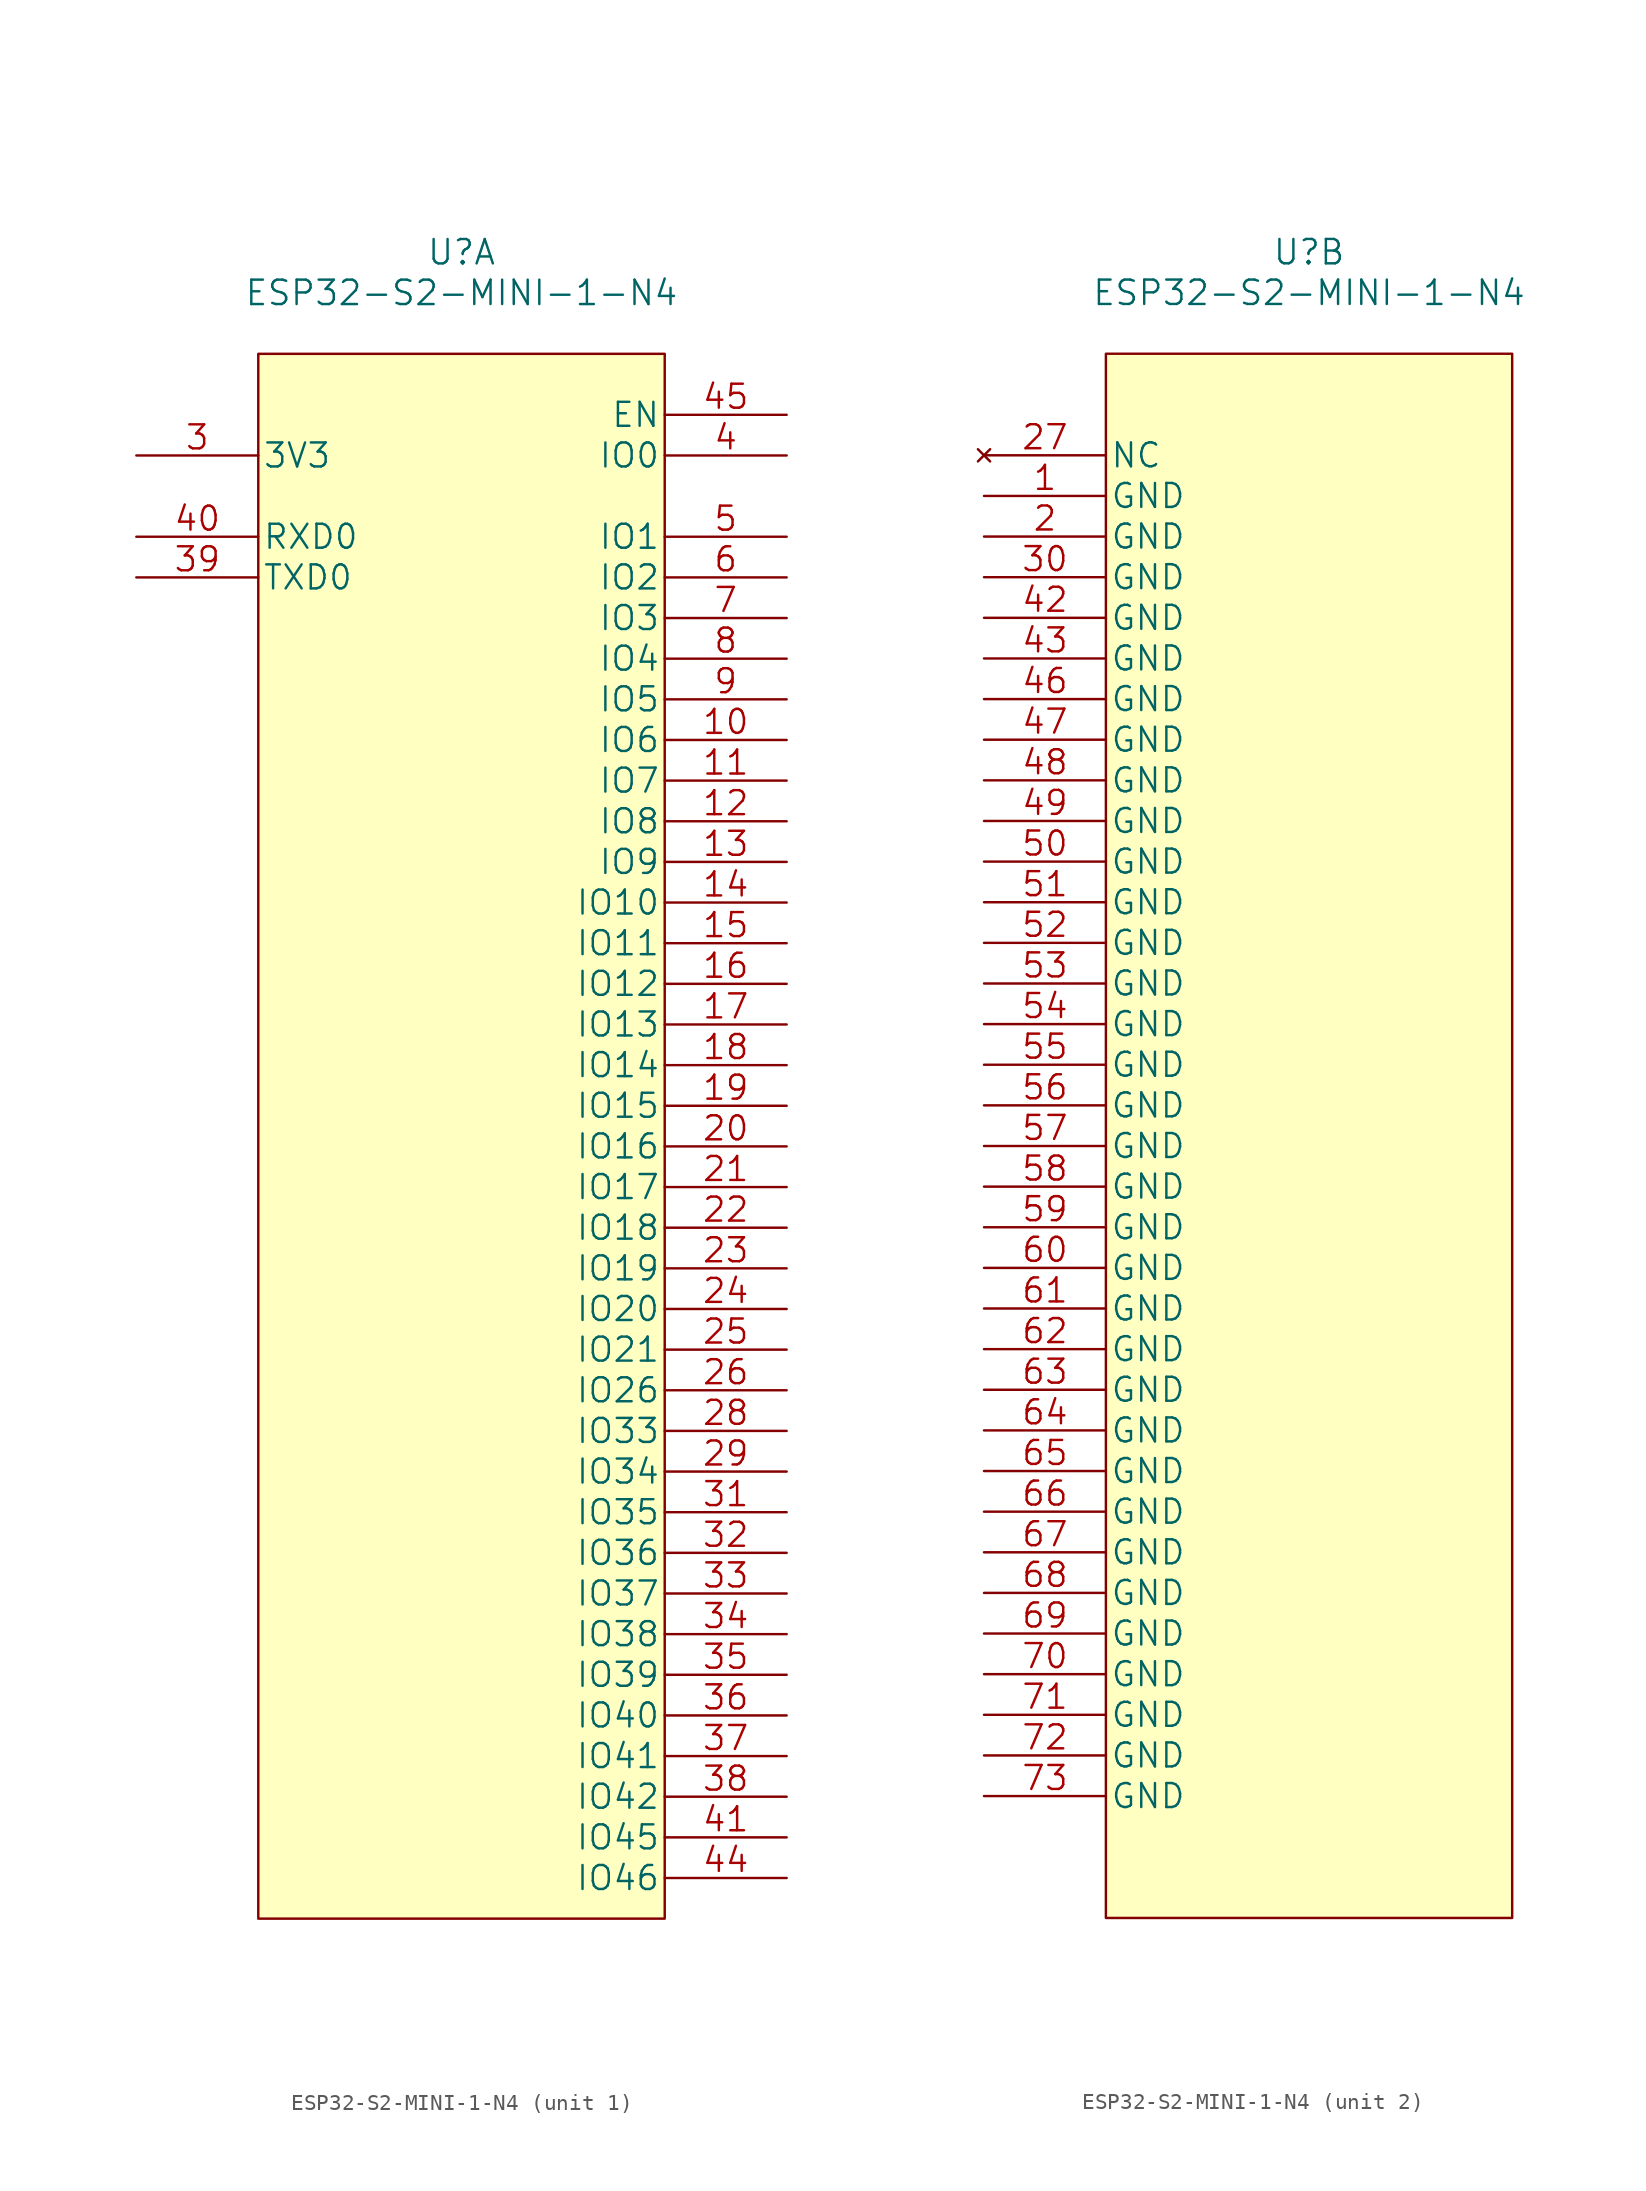
<source format=kicad_sym>
(kicad_symbol_lib
  (version 20211014)
  (generator kicad_symbol_editor)
  (symbol "ESP32-S2-MINI-1-N4"
    (pin_names
      (offset 0.254))
    (property "Reference" "U"
      (at 20.32 12.7 0)
      (effects (font (size 1.524 1.524))))
    (property "Value" "ESP32-S2-MINI-1-N4"
      (at 20.32 10.16 0)
      (effects (font (size 1.524 1.524))))
    (property "Datasheet" ""
      (at 0 0 0)
      (effects (font (size 1.524 1.524))))
    (property "ki_locked" ""
      (at 0 0 0)
      (effects (font (size 1.27 1.27))))
    (symbol "ESP32-S2-MINI-1-N4_0_1"
      (rectangle (start 7.62 6.35) (end 33.02 -91.44) (stroke (width 0) (type default) (color 0 0 0 0)) (fill (type background))))
    (symbol "ESP32-S2-MINI-1-N4_1_1"
      (pin bidirectional line (at 40.64 -17.78 180) (length 7.62) (name "IO6" (effects (font (size 1.499 1.499)))) (number "10" (effects (font (size 1.499 1.499)))))
      (pin bidirectional line (at 40.64 -20.32 180) (length 7.62) (name "IO7" (effects (font (size 1.499 1.499)))) (number "11" (effects (font (size 1.499 1.499)))))
      (pin bidirectional line (at 40.64 -22.86 180) (length 7.62) (name "IO8" (effects (font (size 1.499 1.499)))) (number "12" (effects (font (size 1.499 1.499)))))
      (pin bidirectional line (at 40.64 -25.4 180) (length 7.62) (name "IO9" (effects (font (size 1.499 1.499)))) (number "13" (effects (font (size 1.499 1.499)))))
      (pin bidirectional line (at 40.64 -27.94 180) (length 7.62) (name "IO10" (effects (font (size 1.499 1.499)))) (number "14" (effects (font (size 1.499 1.499)))))
      (pin bidirectional line (at 40.64 -30.48 180) (length 7.62) (name "IO11" (effects (font (size 1.499 1.499)))) (number "15" (effects (font (size 1.499 1.499)))))
      (pin bidirectional line (at 40.64 -33.02 180) (length 7.62) (name "IO12" (effects (font (size 1.499 1.499)))) (number "16" (effects (font (size 1.499 1.499)))))
      (pin bidirectional line (at 40.64 -35.56 180) (length 7.62) (name "IO13" (effects (font (size 1.499 1.499)))) (number "17" (effects (font (size 1.499 1.499)))))
      (pin bidirectional line (at 40.64 -38.1 180) (length 7.62) (name "IO14" (effects (font (size 1.499 1.499)))) (number "18" (effects (font (size 1.499 1.499)))))
      (pin bidirectional line (at 40.64 -40.64 180) (length 7.62) (name "IO15" (effects (font (size 1.499 1.499)))) (number "19" (effects (font (size 1.499 1.499)))))
      (pin bidirectional line (at 40.64 -43.18 180) (length 7.62) (name "IO16" (effects (font (size 1.499 1.499)))) (number "20" (effects (font (size 1.499 1.499)))))
      (pin bidirectional line (at 40.64 -45.72 180) (length 7.62) (name "IO17" (effects (font (size 1.499 1.499)))) (number "21" (effects (font (size 1.499 1.499)))))
      (pin bidirectional line (at 40.64 -48.26 180) (length 7.62) (name "IO18" (effects (font (size 1.499 1.499)))) (number "22" (effects (font (size 1.499 1.499)))))
      (pin bidirectional line (at 40.64 -50.8 180) (length 7.62) (name "IO19" (effects (font (size 1.499 1.499)))) (number "23" (effects (font (size 1.499 1.499)))))
      (pin bidirectional line (at 40.64 -53.34 180) (length 7.62) (name "IO20" (effects (font (size 1.499 1.499)))) (number "24" (effects (font (size 1.499 1.499)))))
      (pin bidirectional line (at 40.64 -55.88 180) (length 7.62) (name "IO21" (effects (font (size 1.499 1.499)))) (number "25" (effects (font (size 1.499 1.499)))))
      (pin bidirectional line (at 40.64 -58.42 180) (length 7.62) (name "IO26" (effects (font (size 1.499 1.499)))) (number "26" (effects (font (size 1.499 1.499)))))
      (pin bidirectional line (at 40.64 -60.96 180) (length 7.62) (name "IO33" (effects (font (size 1.499 1.499)))) (number "28" (effects (font (size 1.499 1.499)))))
      (pin bidirectional line (at 40.64 -63.5 180) (length 7.62) (name "IO34" (effects (font (size 1.499 1.499)))) (number "29" (effects (font (size 1.499 1.499)))))
      (pin unspecified line (at 0 0 0) (length 7.62) (name "3V3" (effects (font (size 1.499 1.499)))) (number "3" (effects (font (size 1.499 1.499)))))
      (pin bidirectional line (at 40.64 -66.04 180) (length 7.62) (name "IO35" (effects (font (size 1.499 1.499)))) (number "31" (effects (font (size 1.499 1.499)))))
      (pin bidirectional line (at 40.64 -68.58 180) (length 7.62) (name "IO36" (effects (font (size 1.499 1.499)))) (number "32" (effects (font (size 1.499 1.499)))))
      (pin bidirectional line (at 40.64 -71.12 180) (length 7.62) (name "IO37" (effects (font (size 1.499 1.499)))) (number "33" (effects (font (size 1.499 1.499)))))
      (pin bidirectional line (at 40.64 -73.66 180) (length 7.62) (name "IO38" (effects (font (size 1.499 1.499)))) (number "34" (effects (font (size 1.499 1.499)))))
      (pin bidirectional line (at 40.64 -76.2 180) (length 7.62) (name "IO39" (effects (font (size 1.499 1.499)))) (number "35" (effects (font (size 1.499 1.499)))))
      (pin bidirectional line (at 40.64 -78.74 180) (length 7.62) (name "IO40" (effects (font (size 1.499 1.499)))) (number "36" (effects (font (size 1.499 1.499)))))
      (pin bidirectional line (at 40.64 -81.28 180) (length 7.62) (name "IO41" (effects (font (size 1.499 1.499)))) (number "37" (effects (font (size 1.499 1.499)))))
      (pin bidirectional line (at 40.64 -83.82 180) (length 7.62) (name "IO42" (effects (font (size 1.499 1.499)))) (number "38" (effects (font (size 1.499 1.499)))))
      (pin bidirectional line (at 0 -7.62 0) (length 7.62) (name "TXD0" (effects (font (size 1.499 1.499)))) (number "39" (effects (font (size 1.499 1.499)))))
      (pin bidirectional line (at 40.64 0 180) (length 7.62) (name "IO0" (effects (font (size 1.499 1.499)))) (number "4" (effects (font (size 1.499 1.499)))))
      (pin bidirectional line (at 0 -5.08 0) (length 7.62) (name "RXD0" (effects (font (size 1.499 1.499)))) (number "40" (effects (font (size 1.499 1.499)))))
      (pin bidirectional line (at 40.64 -86.36 180) (length 7.62) (name "IO45" (effects (font (size 1.499 1.499)))) (number "41" (effects (font (size 1.499 1.499)))))
      (pin bidirectional line (at 40.64 -88.9 180) (length 7.62) (name "IO46" (effects (font (size 1.499 1.499)))) (number "44" (effects (font (size 1.499 1.499)))))
      (pin unspecified line (at 40.64 2.54 180) (length 7.62) (name "EN" (effects (font (size 1.499 1.499)))) (number "45" (effects (font (size 1.499 1.499)))))
      (pin bidirectional line (at 40.64 -5.08 180) (length 7.62) (name "IO1" (effects (font (size 1.499 1.499)))) (number "5" (effects (font (size 1.499 1.499)))))
      (pin bidirectional line (at 40.64 -7.62 180) (length 7.62) (name "IO2" (effects (font (size 1.499 1.499)))) (number "6" (effects (font (size 1.499 1.499)))))
      (pin bidirectional line (at 40.64 -10.16 180) (length 7.62) (name "IO3" (effects (font (size 1.499 1.499)))) (number "7" (effects (font (size 1.499 1.499)))))
      (pin bidirectional line (at 40.64 -12.7 180) (length 7.62) (name "IO4" (effects (font (size 1.499 1.499)))) (number "8" (effects (font (size 1.499 1.499)))))
      (pin bidirectional line (at 40.64 -15.24 180) (length 7.62) (name "IO5" (effects (font (size 1.499 1.499)))) (number "9" (effects (font (size 1.499 1.499))))))
    (symbol "ESP32-S2-MINI-1-N4_2_1"
      (pin power_in line (at 0 -2.54 0) (length 7.62) (name "GND" (effects (font (size 1.499 1.499)))) (number "1" (effects (font (size 1.499 1.499)))))
      (pin power_in line (at 0 -5.08 0) (length 7.62) (name "GND" (effects (font (size 1.499 1.499)))) (number "2" (effects (font (size 1.499 1.499)))))
      (pin no_connect line (at 0 0 0) (length 7.62) (name "NC" (effects (font (size 1.499 1.499)))) (number "27" (effects (font (size 1.499 1.499)))))
      (pin power_in line (at 0 -7.62 0) (length 7.62) (name "GND" (effects (font (size 1.499 1.499)))) (number "30" (effects (font (size 1.499 1.499)))))
      (pin power_in line (at 0 -10.16 0) (length 7.62) (name "GND" (effects (font (size 1.499 1.499)))) (number "42" (effects (font (size 1.499 1.499)))))
      (pin power_in line (at 0 -12.7 0) (length 7.62) (name "GND" (effects (font (size 1.499 1.499)))) (number "43" (effects (font (size 1.499 1.499)))))
      (pin power_in line (at 0 -15.24 0) (length 7.62) (name "GND" (effects (font (size 1.499 1.499)))) (number "46" (effects (font (size 1.499 1.499)))))
      (pin power_in line (at 0 -17.78 0) (length 7.62) (name "GND" (effects (font (size 1.499 1.499)))) (number "47" (effects (font (size 1.499 1.499)))))
      (pin power_in line (at 0 -20.32 0) (length 7.62) (name "GND" (effects (font (size 1.499 1.499)))) (number "48" (effects (font (size 1.499 1.499)))))
      (pin power_in line (at 0 -22.86 0) (length 7.62) (name "GND" (effects (font (size 1.499 1.499)))) (number "49" (effects (font (size 1.499 1.499)))))
      (pin power_in line (at 0 -25.4 0) (length 7.62) (name "GND" (effects (font (size 1.499 1.499)))) (number "50" (effects (font (size 1.499 1.499)))))
      (pin power_in line (at 0 -27.94 0) (length 7.62) (name "GND" (effects (font (size 1.499 1.499)))) (number "51" (effects (font (size 1.499 1.499)))))
      (pin power_in line (at 0 -30.48 0) (length 7.62) (name "GND" (effects (font (size 1.499 1.499)))) (number "52" (effects (font (size 1.499 1.499)))))
      (pin power_in line (at 0 -33.02 0) (length 7.62) (name "GND" (effects (font (size 1.499 1.499)))) (number "53" (effects (font (size 1.499 1.499)))))
      (pin power_in line (at 0 -35.56 0) (length 7.62) (name "GND" (effects (font (size 1.499 1.499)))) (number "54" (effects (font (size 1.499 1.499)))))
      (pin power_in line (at 0 -38.1 0) (length 7.62) (name "GND" (effects (font (size 1.499 1.499)))) (number "55" (effects (font (size 1.499 1.499)))))
      (pin power_in line (at 0 -40.64 0) (length 7.62) (name "GND" (effects (font (size 1.499 1.499)))) (number "56" (effects (font (size 1.499 1.499)))))
      (pin power_in line (at 0 -43.18 0) (length 7.62) (name "GND" (effects (font (size 1.499 1.499)))) (number "57" (effects (font (size 1.499 1.499)))))
      (pin power_in line (at 0 -45.72 0) (length 7.62) (name "GND" (effects (font (size 1.499 1.499)))) (number "58" (effects (font (size 1.499 1.499)))))
      (pin power_in line (at 0 -48.26 0) (length 7.62) (name "GND" (effects (font (size 1.499 1.499)))) (number "59" (effects (font (size 1.499 1.499)))))
      (pin power_in line (at 0 -50.8 0) (length 7.62) (name "GND" (effects (font (size 1.499 1.499)))) (number "60" (effects (font (size 1.499 1.499)))))
      (pin power_in line (at 0 -53.34 0) (length 7.62) (name "GND" (effects (font (size 1.499 1.499)))) (number "61" (effects (font (size 1.499 1.499)))))
      (pin power_in line (at 0 -55.88 0) (length 7.62) (name "GND" (effects (font (size 1.499 1.499)))) (number "62" (effects (font (size 1.499 1.499)))))
      (pin power_in line (at 0 -58.42 0) (length 7.62) (name "GND" (effects (font (size 1.499 1.499)))) (number "63" (effects (font (size 1.499 1.499)))))
      (pin power_in line (at 0 -60.96 0) (length 7.62) (name "GND" (effects (font (size 1.499 1.499)))) (number "64" (effects (font (size 1.499 1.499)))))
      (pin power_in line (at 0 -63.5 0) (length 7.62) (name "GND" (effects (font (size 1.499 1.499)))) (number "65" (effects (font (size 1.499 1.499)))))
      (pin power_in line (at 0 -66.04 0) (length 7.62) (name "GND" (effects (font (size 1.499 1.499)))) (number "66" (effects (font (size 1.499 1.499)))))
      (pin power_in line (at 0 -68.58 0) (length 7.62) (name "GND" (effects (font (size 1.499 1.499)))) (number "67" (effects (font (size 1.499 1.499)))))
      (pin power_in line (at 0 -71.12 0) (length 7.62) (name "GND" (effects (font (size 1.499 1.499)))) (number "68" (effects (font (size 1.499 1.499)))))
      (pin power_in line (at 0 -73.66 0) (length 7.62) (name "GND" (effects (font (size 1.499 1.499)))) (number "69" (effects (font (size 1.499 1.499)))))
      (pin power_in line (at 0 -76.2 0) (length 7.62) (name "GND" (effects (font (size 1.499 1.499)))) (number "70" (effects (font (size 1.499 1.499)))))
      (pin power_in line (at 0 -78.74 0) (length 7.62) (name "GND" (effects (font (size 1.499 1.499)))) (number "71" (effects (font (size 1.499 1.499)))))
      (pin power_in line (at 0 -81.28 0) (length 7.62) (name "GND" (effects (font (size 1.499 1.499)))) (number "72" (effects (font (size 1.499 1.499)))))
      (pin power_in line (at 0 -83.82 0) (length 7.62) (name "GND" (effects (font (size 1.499 1.499)))) (number "73" (effects (font (size 1.499 1.499))))))))
</source>
